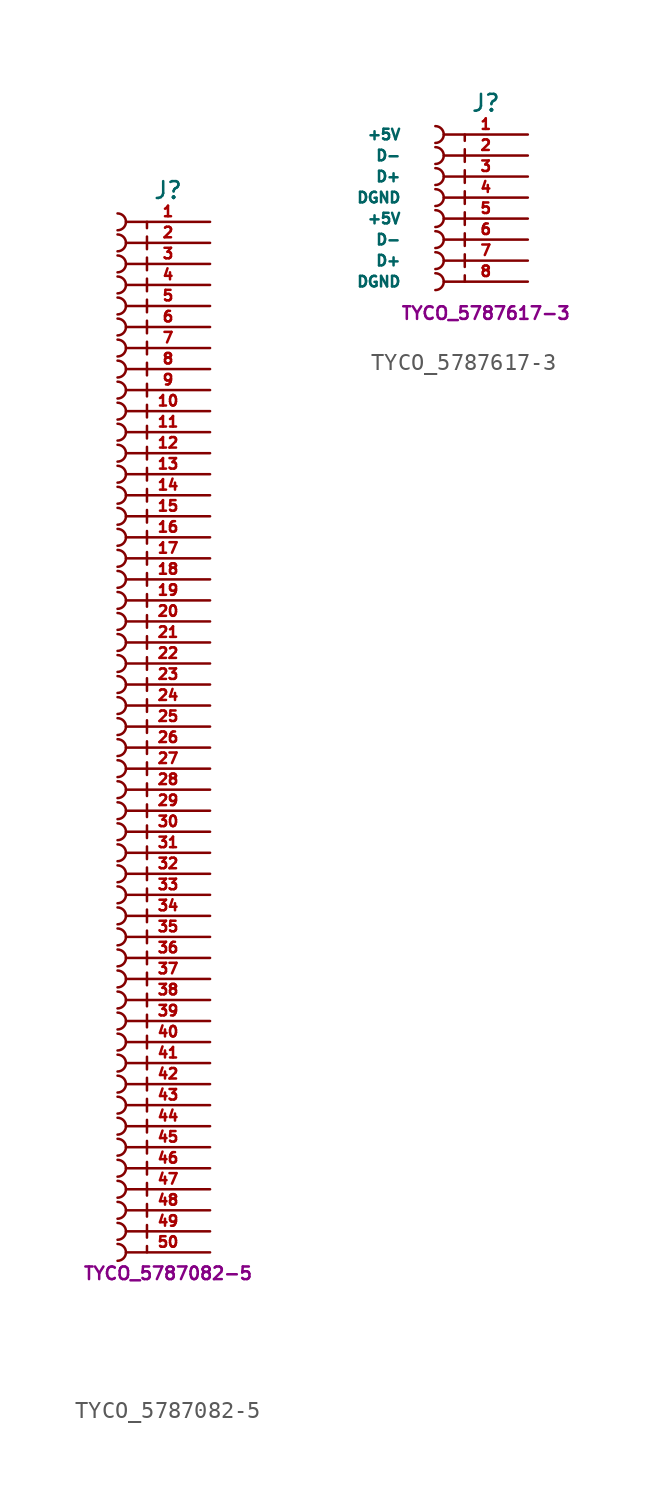
<source format=kicad_sym>
(kicad_symbol_lib
  (version 20211014)
  (generator kicad_symbol_editor)
  (symbol "TYCO_5787082-5"
    (pin_names
      (offset 2.54))
    (property "Reference" "J"
      (at 0 32.385 0)
      (effects (font (size 1.016 1.016))))
    (property "Footprint" ""
      (at 0 11.43 0)
      (effects (font (size 1.524 1.524))))
    (property "Datasheet" ""
      (at 0 11.43 0)
      (effects (font (size 1.524 1.524))))
    (property "Unit" "TYCO_5787082-5"
      (at 0 -33.02 0)
      (effects (font (size 0.762 0.762))))
    (symbol "TYCO_5787082-5_0_1"
      (arc (start -3.048 -32.258) (mid -2.54 -31.75) (end -3.048 -31.242) (stroke (width 0) (type default) (color 0 0 0 0)) (fill (type none)))
      (arc (start -3.048 -30.988) (mid -2.54 -30.48) (end -3.048 -29.972) (stroke (width 0) (type default) (color 0 0 0 0)) (fill (type none)))
      (arc (start -3.048 -29.718) (mid -2.54 -29.21) (end -3.048 -28.702) (stroke (width 0) (type default) (color 0 0 0 0)) (fill (type none)))
      (arc (start -3.048 -28.448) (mid -2.54 -27.94) (end -3.048 -27.432) (stroke (width 0) (type default) (color 0 0 0 0)) (fill (type none)))
      (arc (start -3.048 -27.178) (mid -2.54 -26.67) (end -3.048 -26.162) (stroke (width 0) (type default) (color 0 0 0 0)) (fill (type none)))
      (arc (start -3.048 -25.908) (mid -2.54 -25.4) (end -3.048 -24.892) (stroke (width 0) (type default) (color 0 0 0 0)) (fill (type none)))
      (arc (start -3.048 -24.638) (mid -2.54 -24.13) (end -3.048 -23.622) (stroke (width 0) (type default) (color 0 0 0 0)) (fill (type none)))
      (arc (start -3.048 -23.368) (mid -2.54 -22.86) (end -3.048 -22.352) (stroke (width 0) (type default) (color 0 0 0 0)) (fill (type none)))
      (arc (start -3.048 -22.098) (mid -2.54 -21.59) (end -3.048 -21.082) (stroke (width 0) (type default) (color 0 0 0 0)) (fill (type none)))
      (arc (start -3.048 -20.828) (mid -2.54 -20.32) (end -3.048 -19.812) (stroke (width 0) (type default) (color 0 0 0 0)) (fill (type none)))
      (arc (start -3.048 -19.558) (mid -2.54 -19.05) (end -3.048 -18.542) (stroke (width 0) (type default) (color 0 0 0 0)) (fill (type none)))
      (arc (start -3.048 -18.288) (mid -2.54 -17.78) (end -3.048 -17.272) (stroke (width 0) (type default) (color 0 0 0 0)) (fill (type none)))
      (arc (start -3.048 -17.018) (mid -2.54 -16.51) (end -3.048 -16.002) (stroke (width 0) (type default) (color 0 0 0 0)) (fill (type none)))
      (arc (start -3.048 -15.748) (mid -2.54 -15.24) (end -3.048 -14.732) (stroke (width 0) (type default) (color 0 0 0 0)) (fill (type none)))
      (arc (start -3.048 -14.478) (mid -2.54 -13.97) (end -3.048 -13.462) (stroke (width 0) (type default) (color 0 0 0 0)) (fill (type none)))
      (arc (start -3.048 -13.208) (mid -2.54 -12.7) (end -3.048 -12.192) (stroke (width 0) (type default) (color 0 0 0 0)) (fill (type none)))
      (arc (start -3.048 -11.938) (mid -2.54 -11.43) (end -3.048 -10.922) (stroke (width 0) (type default) (color 0 0 0 0)) (fill (type none)))
      (arc (start -3.048 -10.668) (mid -2.54 -10.16) (end -3.048 -9.652) (stroke (width 0) (type default) (color 0 0 0 0)) (fill (type none)))
      (arc (start -3.048 -9.398) (mid -2.54 -8.89) (end -3.048 -8.382) (stroke (width 0) (type default) (color 0 0 0 0)) (fill (type none)))
      (arc (start -3.048 -8.128) (mid -2.54 -7.62) (end -3.048 -7.112) (stroke (width 0) (type default) (color 0 0 0 0)) (fill (type none)))
      (arc (start -3.048 -6.858) (mid -2.54 -6.35) (end -3.048 -5.842) (stroke (width 0) (type default) (color 0 0 0 0)) (fill (type none)))
      (arc (start -3.048 -5.588) (mid -2.54 -5.08) (end -3.048 -4.572) (stroke (width 0) (type default) (color 0 0 0 0)) (fill (type none)))
      (arc (start -3.048 -4.318) (mid -2.54 -3.81) (end -3.048 -3.302) (stroke (width 0) (type default) (color 0 0 0 0)) (fill (type none)))
      (arc (start -3.048 -3.048) (mid -2.54 -2.54) (end -3.048 -2.032) (stroke (width 0) (type default) (color 0 0 0 0)) (fill (type none)))
      (arc (start -3.048 -1.778) (mid -2.54 -1.27) (end -3.048 -0.762) (stroke (width 0) (type default) (color 0 0 0 0)) (fill (type none)))
      (arc (start -3.048 -0.508) (mid -2.54 0) (end -3.048 0.508) (stroke (width 0) (type default) (color 0 0 0 0)) (fill (type none)))
      (arc (start -3.048 0.762) (mid -2.54 1.27) (end -3.048 1.778) (stroke (width 0) (type default) (color 0 0 0 0)) (fill (type none)))
      (arc (start -3.048 2.032) (mid -2.54 2.54) (end -3.048 3.048) (stroke (width 0) (type default) (color 0 0 0 0)) (fill (type none)))
      (arc (start -3.048 3.302) (mid -2.54 3.81) (end -3.048 4.318) (stroke (width 0) (type default) (color 0 0 0 0)) (fill (type none)))
      (arc (start -3.048 4.572) (mid -2.54 5.08) (end -3.048 5.588) (stroke (width 0) (type default) (color 0 0 0 0)) (fill (type none)))
      (arc (start -3.048 5.842) (mid -2.54 6.35) (end -3.048 6.858) (stroke (width 0) (type default) (color 0 0 0 0)) (fill (type none)))
      (arc (start -3.048 7.112) (mid -2.54 7.62) (end -3.048 8.128) (stroke (width 0) (type default) (color 0 0 0 0)) (fill (type none)))
      (arc (start -3.048 8.382) (mid -2.54 8.89) (end -3.048 9.398) (stroke (width 0) (type default) (color 0 0 0 0)) (fill (type none)))
      (arc (start -3.048 9.652) (mid -2.54 10.16) (end -3.048 10.668) (stroke (width 0) (type default) (color 0 0 0 0)) (fill (type none)))
      (arc (start -3.048 10.922) (mid -2.54 11.43) (end -3.048 11.938) (stroke (width 0) (type default) (color 0 0 0 0)) (fill (type none)))
      (arc (start -3.048 12.192) (mid -2.54 12.7) (end -3.048 13.208) (stroke (width 0) (type default) (color 0 0 0 0)) (fill (type none)))
      (arc (start -3.048 13.462) (mid -2.54 13.97) (end -3.048 14.478) (stroke (width 0) (type default) (color 0 0 0 0)) (fill (type none)))
      (arc (start -3.048 14.732) (mid -2.54 15.24) (end -3.048 15.748) (stroke (width 0) (type default) (color 0 0 0 0)) (fill (type none)))
      (arc (start -3.048 16.002) (mid -2.54 16.51) (end -3.048 17.018) (stroke (width 0) (type default) (color 0 0 0 0)) (fill (type none)))
      (arc (start -3.048 17.272) (mid -2.54 17.78) (end -3.048 18.288) (stroke (width 0) (type default) (color 0 0 0 0)) (fill (type none)))
      (arc (start -3.048 18.542) (mid -2.54 19.05) (end -3.048 19.558) (stroke (width 0) (type default) (color 0 0 0 0)) (fill (type none)))
      (arc (start -3.048 19.812) (mid -2.54 20.32) (end -3.048 20.828) (stroke (width 0) (type default) (color 0 0 0 0)) (fill (type none)))
      (arc (start -3.048 21.082) (mid -2.54 21.59) (end -3.048 22.098) (stroke (width 0) (type default) (color 0 0 0 0)) (fill (type none)))
      (arc (start -3.048 22.352) (mid -2.54 22.86) (end -3.048 23.368) (stroke (width 0) (type default) (color 0 0 0 0)) (fill (type none)))
      (arc (start -3.048 23.622) (mid -2.54 24.13) (end -3.048 24.638) (stroke (width 0) (type default) (color 0 0 0 0)) (fill (type none)))
      (arc (start -3.048 24.892) (mid -2.54 25.4) (end -3.048 25.908) (stroke (width 0) (type default) (color 0 0 0 0)) (fill (type none)))
      (arc (start -3.048 26.162) (mid -2.54 26.67) (end -3.048 27.178) (stroke (width 0) (type default) (color 0 0 0 0)) (fill (type none)))
      (arc (start -3.048 27.432) (mid -2.54 27.94) (end -3.048 28.448) (stroke (width 0) (type default) (color 0 0 0 0)) (fill (type none)))
      (arc (start -3.048 28.702) (mid -2.54 29.21) (end -3.048 29.718) (stroke (width 0) (type default) (color 0 0 0 0)) (fill (type none)))
      (arc (start -3.048 29.972) (mid -2.54 30.48) (end -3.048 30.988) (stroke (width 0) (type default) (color 0 0 0 0)) (fill (type none)))
      (polyline (pts (xy -1.27 -31.75) (xy -1.27 -31.369)) (stroke (width 0) (type default) (color 0 0 0 0)) (fill (type none)))
      (polyline (pts (xy -1.27 -30.861) (xy -1.27 -30.099)) (stroke (width 0) (type default) (color 0 0 0 0)) (fill (type none)))
      (polyline (pts (xy -1.27 -29.591) (xy -1.27 -28.829)) (stroke (width 0) (type default) (color 0 0 0 0)) (fill (type none)))
      (polyline (pts (xy -1.27 -28.321) (xy -1.27 -27.559)) (stroke (width 0) (type default) (color 0 0 0 0)) (fill (type none)))
      (polyline (pts (xy -1.27 -27.051) (xy -1.27 -26.289)) (stroke (width 0) (type default) (color 0 0 0 0)) (fill (type none)))
      (polyline (pts (xy -1.27 -25.781) (xy -1.27 -25.019)) (stroke (width 0) (type default) (color 0 0 0 0)) (fill (type none)))
      (polyline (pts (xy -1.27 -24.511) (xy -1.27 -23.749)) (stroke (width 0) (type default) (color 0 0 0 0)) (fill (type none)))
      (polyline (pts (xy -1.27 -23.241) (xy -1.27 -22.479)) (stroke (width 0) (type default) (color 0 0 0 0)) (fill (type none)))
      (polyline (pts (xy -1.27 -21.971) (xy -1.27 -21.209)) (stroke (width 0) (type default) (color 0 0 0 0)) (fill (type none)))
      (polyline (pts (xy -1.27 -20.701) (xy -1.27 -19.939)) (stroke (width 0) (type default) (color 0 0 0 0)) (fill (type none)))
      (polyline (pts (xy -1.27 -19.431) (xy -1.27 -18.669)) (stroke (width 0) (type default) (color 0 0 0 0)) (fill (type none)))
      (polyline (pts (xy -1.27 -18.161) (xy -1.27 -17.399)) (stroke (width 0) (type default) (color 0 0 0 0)) (fill (type none)))
      (polyline (pts (xy -1.27 -16.891) (xy -1.27 -16.129)) (stroke (width 0) (type default) (color 0 0 0 0)) (fill (type none)))
      (polyline (pts (xy -1.27 -15.621) (xy -1.27 -14.859)) (stroke (width 0) (type default) (color 0 0 0 0)) (fill (type none)))
      (polyline (pts (xy -1.27 -14.351) (xy -1.27 -13.589)) (stroke (width 0) (type default) (color 0 0 0 0)) (fill (type none)))
      (polyline (pts (xy -1.27 -13.081) (xy -1.27 -12.319)) (stroke (width 0) (type default) (color 0 0 0 0)) (fill (type none)))
      (polyline (pts (xy -1.27 -11.811) (xy -1.27 -11.049)) (stroke (width 0) (type default) (color 0 0 0 0)) (fill (type none)))
      (polyline (pts (xy -1.27 -10.541) (xy -1.27 -9.779)) (stroke (width 0) (type default) (color 0 0 0 0)) (fill (type none)))
      (polyline (pts (xy -1.27 -9.271) (xy -1.27 -8.509)) (stroke (width 0) (type default) (color 0 0 0 0)) (fill (type none)))
      (polyline (pts (xy -1.27 -8.001) (xy -1.27 -7.239)) (stroke (width 0) (type default) (color 0 0 0 0)) (fill (type none)))
      (polyline (pts (xy -1.27 -6.731) (xy -1.27 -5.969)) (stroke (width 0) (type default) (color 0 0 0 0)) (fill (type none)))
      (polyline (pts (xy -1.27 -5.461) (xy -1.27 -4.699)) (stroke (width 0) (type default) (color 0 0 0 0)) (fill (type none)))
      (polyline (pts (xy -1.27 -4.191) (xy -1.27 -3.429)) (stroke (width 0) (type default) (color 0 0 0 0)) (fill (type none)))
      (polyline (pts (xy -1.27 -2.921) (xy -1.27 -2.159)) (stroke (width 0) (type default) (color 0 0 0 0)) (fill (type none)))
      (polyline (pts (xy -1.27 -1.651) (xy -1.27 -0.889)) (stroke (width 0) (type default) (color 0 0 0 0)) (fill (type none)))
      (polyline (pts (xy -1.27 -0.381) (xy -1.27 0.381)) (stroke (width 0) (type default) (color 0 0 0 0)) (fill (type none)))
      (polyline (pts (xy -1.27 0.889) (xy -1.27 1.651)) (stroke (width 0) (type default) (color 0 0 0 0)) (fill (type none)))
      (polyline (pts (xy -1.27 2.159) (xy -1.27 2.921)) (stroke (width 0) (type default) (color 0 0 0 0)) (fill (type none)))
      (polyline (pts (xy -1.27 3.429) (xy -1.27 4.191)) (stroke (width 0) (type default) (color 0 0 0 0)) (fill (type none)))
      (polyline (pts (xy -1.27 4.699) (xy -1.27 5.461)) (stroke (width 0) (type default) (color 0 0 0 0)) (fill (type none)))
      (polyline (pts (xy -1.27 5.969) (xy -1.27 6.731)) (stroke (width 0) (type default) (color 0 0 0 0)) (fill (type none)))
      (polyline (pts (xy -1.27 7.239) (xy -1.27 8.001)) (stroke (width 0) (type default) (color 0 0 0 0)) (fill (type none)))
      (polyline (pts (xy -1.27 8.509) (xy -1.27 9.271)) (stroke (width 0) (type default) (color 0 0 0 0)) (fill (type none)))
      (polyline (pts (xy -1.27 9.779) (xy -1.27 10.541)) (stroke (width 0) (type default) (color 0 0 0 0)) (fill (type none)))
      (polyline (pts (xy -1.27 11.049) (xy -1.27 11.811)) (stroke (width 0) (type default) (color 0 0 0 0)) (fill (type none)))
      (polyline (pts (xy -1.27 12.319) (xy -1.27 13.081)) (stroke (width 0) (type default) (color 0 0 0 0)) (fill (type none)))
      (polyline (pts (xy -1.27 13.589) (xy -1.27 14.351)) (stroke (width 0) (type default) (color 0 0 0 0)) (fill (type none)))
      (polyline (pts (xy -1.27 14.859) (xy -1.27 15.621)) (stroke (width 0) (type default) (color 0 0 0 0)) (fill (type none)))
      (polyline (pts (xy -1.27 16.129) (xy -1.27 16.891)) (stroke (width 0) (type default) (color 0 0 0 0)) (fill (type none)))
      (polyline (pts (xy -1.27 17.399) (xy -1.27 18.161)) (stroke (width 0) (type default) (color 0 0 0 0)) (fill (type none)))
      (polyline (pts (xy -1.27 18.669) (xy -1.27 19.431)) (stroke (width 0) (type default) (color 0 0 0 0)) (fill (type none)))
      (polyline (pts (xy -1.27 19.939) (xy -1.27 20.701)) (stroke (width 0) (type default) (color 0 0 0 0)) (fill (type none)))
      (polyline (pts (xy -1.27 21.209) (xy -1.27 21.971)) (stroke (width 0) (type default) (color 0 0 0 0)) (fill (type none)))
      (polyline (pts (xy -1.27 22.479) (xy -1.27 23.241)) (stroke (width 0) (type default) (color 0 0 0 0)) (fill (type none)))
      (polyline (pts (xy -1.27 23.749) (xy -1.27 24.511)) (stroke (width 0) (type default) (color 0 0 0 0)) (fill (type none)))
      (polyline (pts (xy -1.27 25.019) (xy -1.27 25.781)) (stroke (width 0) (type default) (color 0 0 0 0)) (fill (type none)))
      (polyline (pts (xy -1.27 26.289) (xy -1.27 27.051)) (stroke (width 0) (type default) (color 0 0 0 0)) (fill (type none)))
      (polyline (pts (xy -1.27 27.559) (xy -1.27 28.321)) (stroke (width 0) (type default) (color 0 0 0 0)) (fill (type none)))
      (polyline (pts (xy -1.27 28.829) (xy -1.27 29.591)) (stroke (width 0) (type default) (color 0 0 0 0)) (fill (type none)))
      (polyline (pts (xy -1.27 30.48) (xy -1.27 30.099)) (stroke (width 0) (type default) (color 0 0 0 0)) (fill (type none))))
    (symbol "TYCO_5787082-5_1_1"
      (pin passive line (at 2.54 30.48 180) (length 5.08) (name "~" (effects (font (size 0.635 0.635)))) (number "1" (effects (font (size 0.635 0.635)))))
      (pin passive line (at 2.54 19.05 180) (length 5.08) (name "~" (effects (font (size 0.635 0.635)))) (number "10" (effects (font (size 0.635 0.635)))))
      (pin passive line (at 2.54 17.78 180) (length 5.08) (name "~" (effects (font (size 0.635 0.635)))) (number "11" (effects (font (size 0.635 0.635)))))
      (pin passive line (at 2.54 16.51 180) (length 5.08) (name "~" (effects (font (size 0.635 0.635)))) (number "12" (effects (font (size 0.635 0.635)))))
      (pin passive line (at 2.54 15.24 180) (length 5.08) (name "~" (effects (font (size 0.635 0.635)))) (number "13" (effects (font (size 0.635 0.635)))))
      (pin passive line (at 2.54 13.97 180) (length 5.08) (name "~" (effects (font (size 0.635 0.635)))) (number "14" (effects (font (size 0.635 0.635)))))
      (pin passive line (at 2.54 12.7 180) (length 5.08) (name "~" (effects (font (size 0.635 0.635)))) (number "15" (effects (font (size 0.635 0.635)))))
      (pin passive line (at 2.54 11.43 180) (length 5.08) (name "~" (effects (font (size 0.635 0.635)))) (number "16" (effects (font (size 0.635 0.635)))))
      (pin passive line (at 2.54 10.16 180) (length 5.08) (name "~" (effects (font (size 0.635 0.635)))) (number "17" (effects (font (size 0.635 0.635)))))
      (pin passive line (at 2.54 8.89 180) (length 5.08) (name "~" (effects (font (size 0.635 0.635)))) (number "18" (effects (font (size 0.635 0.635)))))
      (pin passive line (at 2.54 7.62 180) (length 5.08) (name "~" (effects (font (size 0.635 0.635)))) (number "19" (effects (font (size 0.635 0.635)))))
      (pin passive line (at 2.54 29.21 180) (length 5.08) (name "~" (effects (font (size 0.635 0.635)))) (number "2" (effects (font (size 0.635 0.635)))))
      (pin passive line (at 2.54 6.35 180) (length 5.08) (name "~" (effects (font (size 0.635 0.635)))) (number "20" (effects (font (size 0.635 0.635)))))
      (pin passive line (at 2.54 5.08 180) (length 5.08) (name "~" (effects (font (size 0.635 0.635)))) (number "21" (effects (font (size 0.635 0.635)))))
      (pin passive line (at 2.54 3.81 180) (length 5.08) (name "~" (effects (font (size 0.635 0.635)))) (number "22" (effects (font (size 0.635 0.635)))))
      (pin passive line (at 2.54 2.54 180) (length 5.08) (name "~" (effects (font (size 0.635 0.635)))) (number "23" (effects (font (size 0.635 0.635)))))
      (pin passive line (at 2.54 1.27 180) (length 5.08) (name "~" (effects (font (size 0.635 0.635)))) (number "24" (effects (font (size 0.635 0.635)))))
      (pin passive line (at 2.54 0 180) (length 5.08) (name "~" (effects (font (size 0.635 0.635)))) (number "25" (effects (font (size 0.635 0.635)))))
      (pin passive line (at 2.54 -1.27 180) (length 5.08) (name "~" (effects (font (size 0.635 0.635)))) (number "26" (effects (font (size 0.635 0.635)))))
      (pin passive line (at 2.54 -2.54 180) (length 5.08) (name "~" (effects (font (size 0.635 0.635)))) (number "27" (effects (font (size 0.635 0.635)))))
      (pin passive line (at 2.54 -3.81 180) (length 5.08) (name "~" (effects (font (size 0.635 0.635)))) (number "28" (effects (font (size 0.635 0.635)))))
      (pin passive line (at 2.54 -5.08 180) (length 5.08) (name "~" (effects (font (size 0.635 0.635)))) (number "29" (effects (font (size 0.635 0.635)))))
      (pin passive line (at 2.54 27.94 180) (length 5.08) (name "~" (effects (font (size 0.635 0.635)))) (number "3" (effects (font (size 0.635 0.635)))))
      (pin passive line (at 2.54 -6.35 180) (length 5.08) (name "~" (effects (font (size 0.635 0.635)))) (number "30" (effects (font (size 0.635 0.635)))))
      (pin passive line (at 2.54 -7.62 180) (length 5.08) (name "~" (effects (font (size 0.635 0.635)))) (number "31" (effects (font (size 0.635 0.635)))))
      (pin passive line (at 2.54 -8.89 180) (length 5.08) (name "~" (effects (font (size 0.635 0.635)))) (number "32" (effects (font (size 0.635 0.635)))))
      (pin passive line (at 2.54 -10.16 180) (length 5.08) (name "~" (effects (font (size 0.635 0.635)))) (number "33" (effects (font (size 0.635 0.635)))))
      (pin passive line (at 2.54 -11.43 180) (length 5.08) (name "~" (effects (font (size 0.635 0.635)))) (number "34" (effects (font (size 0.635 0.635)))))
      (pin passive line (at 2.54 -12.7 180) (length 5.08) (name "~" (effects (font (size 0.635 0.635)))) (number "35" (effects (font (size 0.635 0.635)))))
      (pin passive line (at 2.54 -13.97 180) (length 5.08) (name "~" (effects (font (size 0.635 0.635)))) (number "36" (effects (font (size 0.635 0.635)))))
      (pin passive line (at 2.54 -15.24 180) (length 5.08) (name "~" (effects (font (size 0.635 0.635)))) (number "37" (effects (font (size 0.635 0.635)))))
      (pin passive line (at 2.54 -16.51 180) (length 5.08) (name "~" (effects (font (size 0.635 0.635)))) (number "38" (effects (font (size 0.635 0.635)))))
      (pin passive line (at 2.54 -17.78 180) (length 5.08) (name "~" (effects (font (size 0.635 0.635)))) (number "39" (effects (font (size 0.635 0.635)))))
      (pin passive line (at 2.54 26.67 180) (length 5.08) (name "~" (effects (font (size 0.635 0.635)))) (number "4" (effects (font (size 0.635 0.635)))))
      (pin passive line (at 2.54 -19.05 180) (length 5.08) (name "~" (effects (font (size 0.635 0.635)))) (number "40" (effects (font (size 0.635 0.635)))))
      (pin passive line (at 2.54 -20.32 180) (length 5.08) (name "~" (effects (font (size 0.635 0.635)))) (number "41" (effects (font (size 0.635 0.635)))))
      (pin passive line (at 2.54 -21.59 180) (length 5.08) (name "~" (effects (font (size 0.635 0.635)))) (number "42" (effects (font (size 0.635 0.635)))))
      (pin passive line (at 2.54 -22.86 180) (length 5.08) (name "~" (effects (font (size 0.635 0.635)))) (number "43" (effects (font (size 0.635 0.635)))))
      (pin passive line (at 2.54 -24.13 180) (length 5.08) (name "~" (effects (font (size 0.635 0.635)))) (number "44" (effects (font (size 0.635 0.635)))))
      (pin passive line (at 2.54 -25.4 180) (length 5.08) (name "~" (effects (font (size 0.635 0.635)))) (number "45" (effects (font (size 0.635 0.635)))))
      (pin passive line (at 2.54 -26.67 180) (length 5.08) (name "~" (effects (font (size 0.635 0.635)))) (number "46" (effects (font (size 0.635 0.635)))))
      (pin passive line (at 2.54 -27.94 180) (length 5.08) (name "~" (effects (font (size 0.635 0.635)))) (number "47" (effects (font (size 0.635 0.635)))))
      (pin passive line (at 2.54 -29.21 180) (length 5.08) (name "~" (effects (font (size 0.635 0.635)))) (number "48" (effects (font (size 0.635 0.635)))))
      (pin passive line (at 2.54 -30.48 180) (length 5.08) (name "~" (effects (font (size 0.635 0.635)))) (number "49" (effects (font (size 0.635 0.635)))))
      (pin passive line (at 2.54 25.4 180) (length 5.08) (name "~" (effects (font (size 0.635 0.635)))) (number "5" (effects (font (size 0.635 0.635)))))
      (pin passive line (at 2.54 -31.75 180) (length 5.08) (name "~" (effects (font (size 0.635 0.635)))) (number "50" (effects (font (size 0.635 0.635)))))
      (pin passive line (at 2.54 24.13 180) (length 5.08) (name "~" (effects (font (size 0.635 0.635)))) (number "6" (effects (font (size 0.635 0.635)))))
      (pin passive line (at 2.54 22.86 180) (length 5.08) (name "~" (effects (font (size 0.635 0.635)))) (number "7" (effects (font (size 0.635 0.635)))))
      (pin passive line (at 2.54 21.59 180) (length 5.08) (name "~" (effects (font (size 0.635 0.635)))) (number "8" (effects (font (size 0.635 0.635)))))
      (pin passive line (at 2.54 20.32 180) (length 5.08) (name "~" (effects (font (size 0.635 0.635)))) (number "9" (effects (font (size 0.635 0.635)))))))
  (symbol "TYCO_5787617-3"
    (pin_names
      (offset 2.54))
    (property "Reference" "J"
      (at 0 5.715 0)
      (effects (font (size 1.016 1.016))))
    (property "Footprint" ""
      (at 0 1.27 0)
      (effects (font (size 1.524 1.524))))
    (property "Datasheet" ""
      (at 0 1.27 0)
      (effects (font (size 1.524 1.524))))
    (property "Unit" "TYCO_5787617-3"
      (at 0 -6.985 0)
      (effects (font (size 0.762 0.762))))
    (symbol "TYCO_5787617-3_0_1"
      (arc (start -3.048 -5.588) (mid -2.54 -5.08) (end -3.048 -4.572) (stroke (width 0) (type default) (color 0 0 0 0)) (fill (type none)))
      (arc (start -3.048 -4.318) (mid -2.54 -3.81) (end -3.048 -3.302) (stroke (width 0) (type default) (color 0 0 0 0)) (fill (type none)))
      (arc (start -3.048 -3.048) (mid -2.54 -2.54) (end -3.048 -2.032) (stroke (width 0) (type default) (color 0 0 0 0)) (fill (type none)))
      (arc (start -3.048 -1.778) (mid -2.54 -1.27) (end -3.048 -0.762) (stroke (width 0) (type default) (color 0 0 0 0)) (fill (type none)))
      (arc (start -3.048 -0.508) (mid -2.54 0) (end -3.048 0.508) (stroke (width 0) (type default) (color 0 0 0 0)) (fill (type none)))
      (arc (start -3.048 0.762) (mid -2.54 1.27) (end -3.048 1.778) (stroke (width 0) (type default) (color 0 0 0 0)) (fill (type none)))
      (arc (start -3.048 2.032) (mid -2.54 2.54) (end -3.048 3.048) (stroke (width 0) (type default) (color 0 0 0 0)) (fill (type none)))
      (arc (start -3.048 3.302) (mid -2.54 3.81) (end -3.048 4.318) (stroke (width 0) (type default) (color 0 0 0 0)) (fill (type none)))
      (polyline (pts (xy -1.27 -5.08) (xy -1.27 -4.699)) (stroke (width 0) (type default) (color 0 0 0 0)) (fill (type none)))
      (polyline (pts (xy -1.27 -4.191) (xy -1.27 -3.429)) (stroke (width 0) (type default) (color 0 0 0 0)) (fill (type none)))
      (polyline (pts (xy -1.27 -2.921) (xy -1.27 -2.159)) (stroke (width 0) (type default) (color 0 0 0 0)) (fill (type none)))
      (polyline (pts (xy -1.27 -1.651) (xy -1.27 -0.889)) (stroke (width 0) (type default) (color 0 0 0 0)) (fill (type none)))
      (polyline (pts (xy -1.27 -0.381) (xy -1.27 0.381)) (stroke (width 0) (type default) (color 0 0 0 0)) (fill (type none)))
      (polyline (pts (xy -1.27 0.889) (xy -1.27 1.651)) (stroke (width 0) (type default) (color 0 0 0 0)) (fill (type none)))
      (polyline (pts (xy -1.27 2.159) (xy -1.27 2.921)) (stroke (width 0) (type default) (color 0 0 0 0)) (fill (type none)))
      (polyline (pts (xy -1.27 3.81) (xy -1.27 3.429)) (stroke (width 0) (type default) (color 0 0 0 0)) (fill (type none))))
    (symbol "TYCO_5787617-3_1_1"
      (pin passive line (at 2.54 3.81 180) (length 5.08) (name "+5V" (effects (font (size 0.635 0.635)))) (number "1" (effects (font (size 0.635 0.635)))))
      (pin passive line (at 2.54 2.54 180) (length 5.08) (name "D-" (effects (font (size 0.635 0.635)))) (number "2" (effects (font (size 0.635 0.635)))))
      (pin passive line (at 2.54 1.27 180) (length 5.08) (name "D+" (effects (font (size 0.635 0.635)))) (number "3" (effects (font (size 0.635 0.635)))))
      (pin passive line (at 2.54 0 180) (length 5.08) (name "DGND" (effects (font (size 0.635 0.635)))) (number "4" (effects (font (size 0.635 0.635)))))
      (pin passive line (at 2.54 -1.27 180) (length 5.08) (name "+5V" (effects (font (size 0.635 0.635)))) (number "5" (effects (font (size 0.635 0.635)))))
      (pin passive line (at 2.54 -2.54 180) (length 5.08) (name "D-" (effects (font (size 0.635 0.635)))) (number "6" (effects (font (size 0.635 0.635)))))
      (pin passive line (at 2.54 -3.81 180) (length 5.08) (name "D+" (effects (font (size 0.635 0.635)))) (number "7" (effects (font (size 0.635 0.635)))))
      (pin passive line (at 2.54 -5.08 180) (length 5.08) (name "DGND" (effects (font (size 0.635 0.635)))) (number "8" (effects (font (size 0.635 0.635))))))))
</source>
